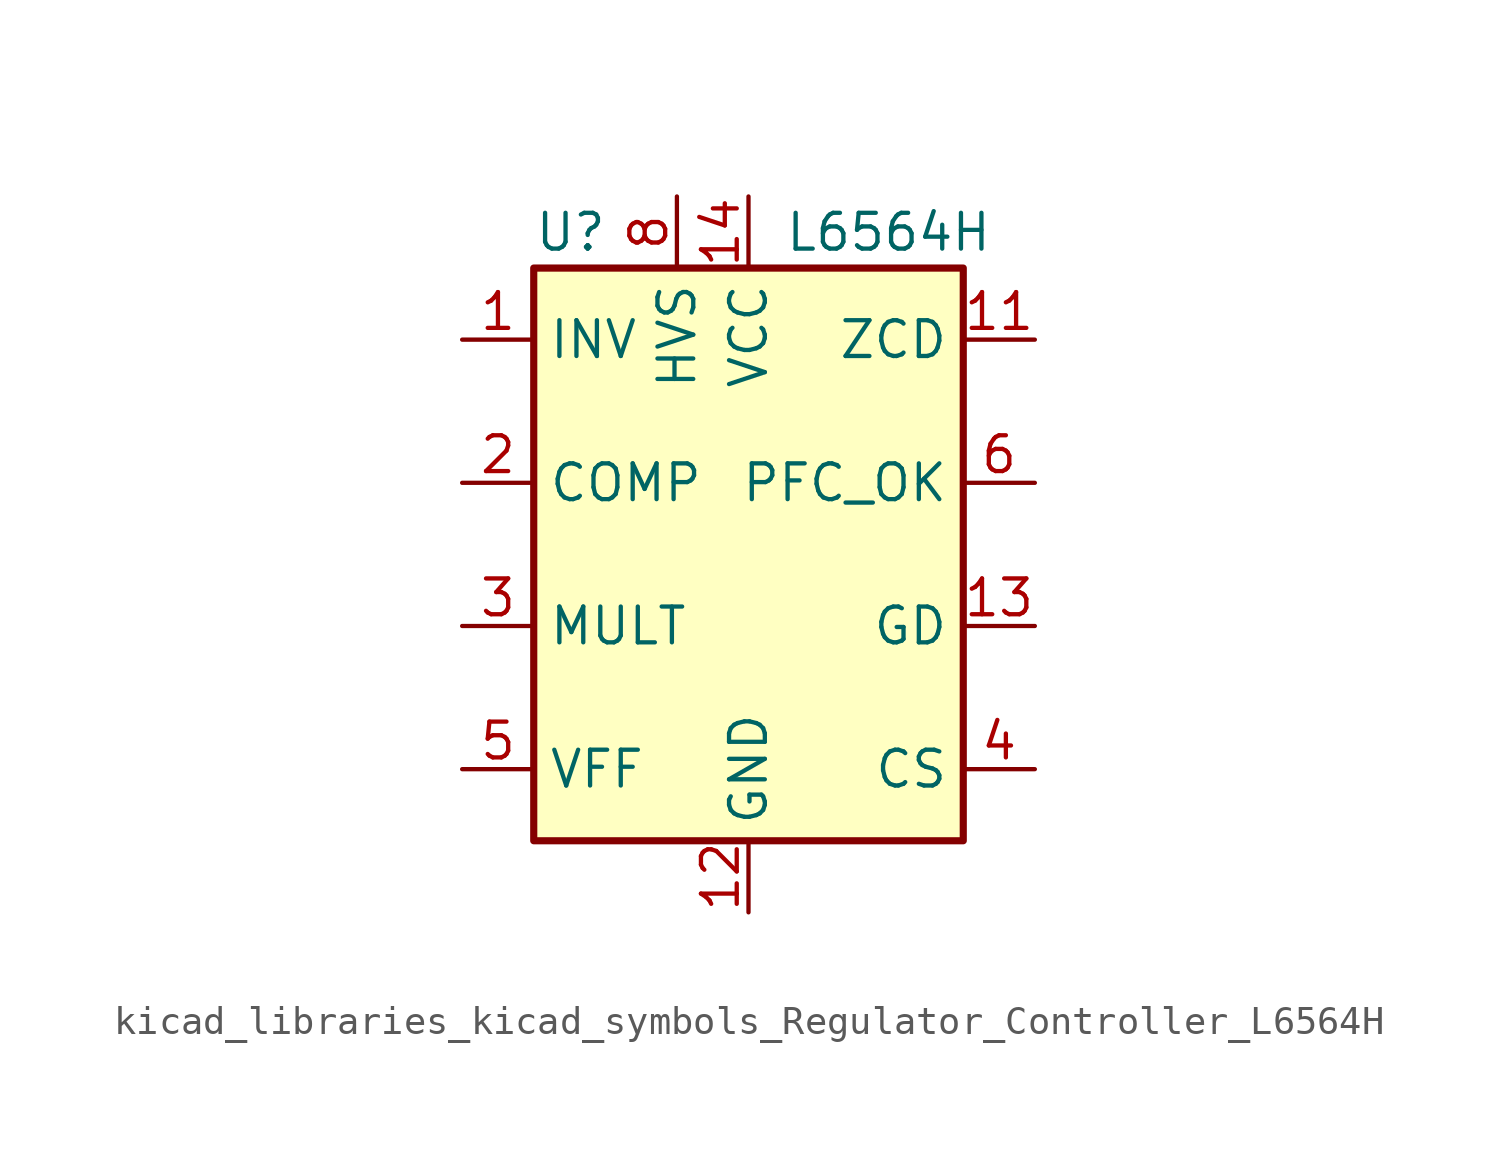
<source format=kicad_sym>
(kicad_symbol_lib
  (version 20220914)
  (generator kicad_symbol_editor)
  (symbol "kicad_libraries_kicad_symbols_Regulator_Controller_L6564H"
    (property "Reference" "U"
      (at -7.62 11.43 0)
      (effects (font (size 1.27 1.27)) (justify left)))
    (property "Value" "L6564H"
      (at 1.27 11.43 0)
      (effects (font (size 1.27 1.27)) (justify left)))
    (symbol "kicad_libraries_kicad_symbols_Regulator_Controller_L6564H_0_0"
      (rectangle (start -7.62 10.16) (end 7.62 -10.16) (stroke (width 0.254) (type default)) (fill (type background))))
    (symbol "kicad_libraries_kicad_symbols_Regulator_Controller_L6564H_1_1"
      (pin input line (at -10.16 7.62 0) (length 2.54) (name "INV" (effects (font (size 1.27 1.27)))) (number "1" (effects (font (size 1.27 1.27)))))
      (pin no_connect line (at -7.62 -5.08 0) (length 2.54) hide (name "NC" (effects (font (size 1.27 1.27)))) (number "10" (effects (font (size 1.27 1.27)))))
      (pin input line (at 10.16 7.62 180) (length 2.54) (name "ZCD" (effects (font (size 1.27 1.27)))) (number "11" (effects (font (size 1.27 1.27)))))
      (pin power_in line (at 0 -12.7 90) (length 2.54) (name "GND" (effects (font (size 1.27 1.27)))) (number "12" (effects (font (size 1.27 1.27)))))
      (pin output line (at 10.16 -2.54 180) (length 2.54) (name "GD" (effects (font (size 1.27 1.27)))) (number "13" (effects (font (size 1.27 1.27)))))
      (pin power_in line (at 0 12.7 270) (length 2.54) (name "VCC" (effects (font (size 1.27 1.27)))) (number "14" (effects (font (size 1.27 1.27)))))
      (pin output line (at -10.16 2.54 0) (length 2.54) (name "COMP" (effects (font (size 1.27 1.27)))) (number "2" (effects (font (size 1.27 1.27)))))
      (pin input line (at -10.16 -2.54 0) (length 2.54) (name "MULT" (effects (font (size 1.27 1.27)))) (number "3" (effects (font (size 1.27 1.27)))))
      (pin input line (at 10.16 -7.62 180) (length 2.54) (name "CS" (effects (font (size 1.27 1.27)))) (number "4" (effects (font (size 1.27 1.27)))))
      (pin passive line (at -10.16 -7.62 0) (length 2.54) (name "VFF" (effects (font (size 1.27 1.27)))) (number "5" (effects (font (size 1.27 1.27)))))
      (pin input line (at 10.16 2.54 180) (length 2.54) (name "PFC_OK" (effects (font (size 1.27 1.27)))) (number "6" (effects (font (size 1.27 1.27)))))
      (pin no_connect line (at -7.62 5.08 0) (length 2.54) hide (name "NC" (effects (font (size 1.27 1.27)))) (number "7" (effects (font (size 1.27 1.27)))))
      (pin input line (at -2.54 12.7 270) (length 2.54) (name "HVS" (effects (font (size 1.27 1.27)))) (number "8" (effects (font (size 1.27 1.27)))))
      (pin no_connect line (at -7.62 0 0) (length 2.54) hide (name "NC" (effects (font (size 1.27 1.27)))) (number "9" (effects (font (size 1.27 1.27))))))))
</source>
